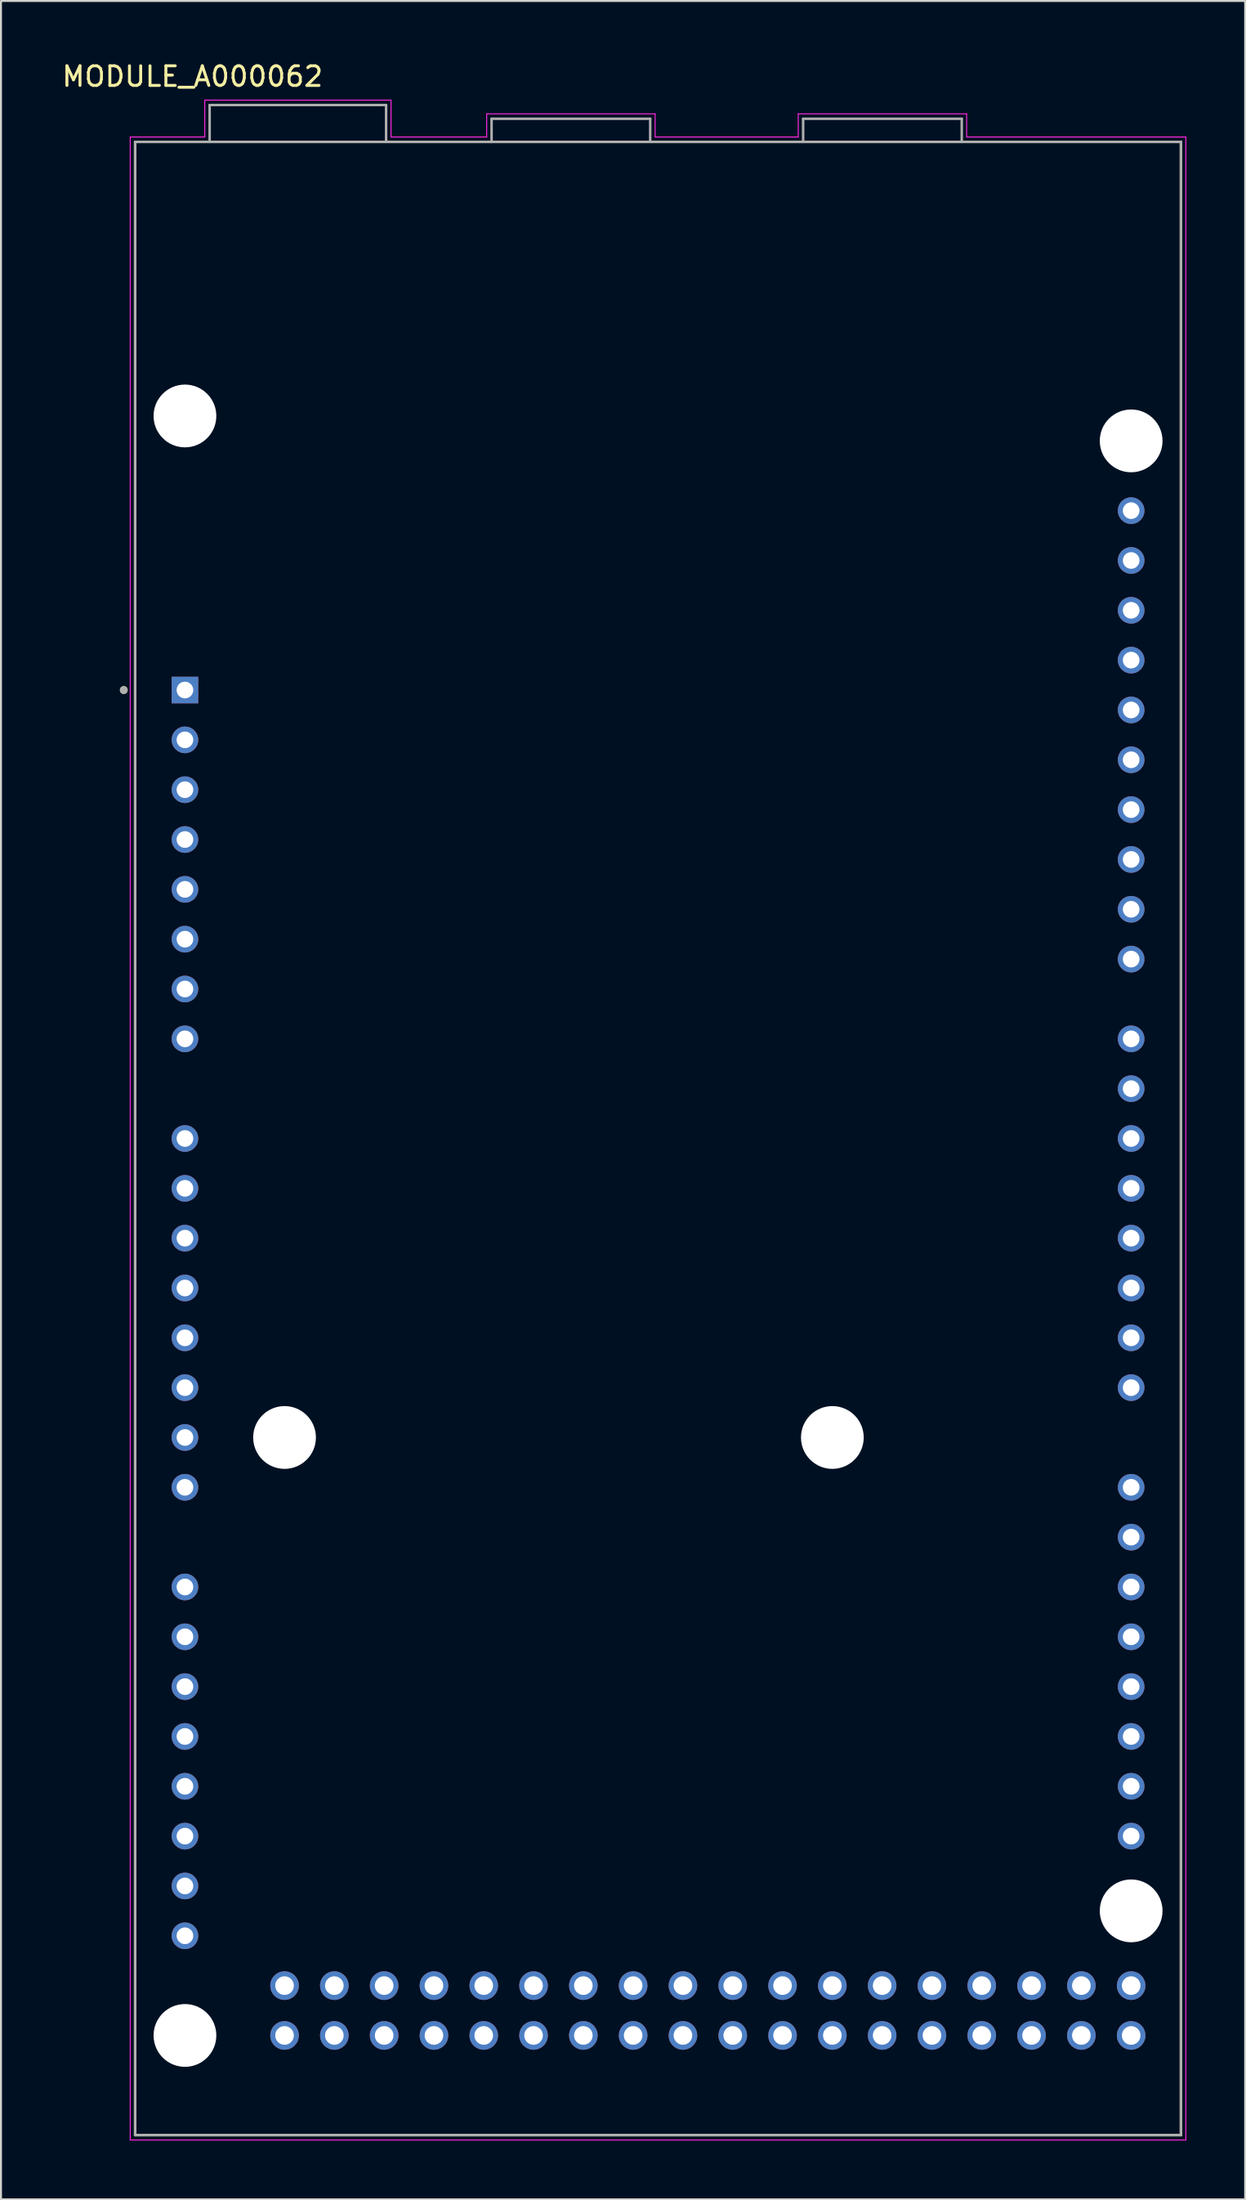
<source format=kicad_pcb>
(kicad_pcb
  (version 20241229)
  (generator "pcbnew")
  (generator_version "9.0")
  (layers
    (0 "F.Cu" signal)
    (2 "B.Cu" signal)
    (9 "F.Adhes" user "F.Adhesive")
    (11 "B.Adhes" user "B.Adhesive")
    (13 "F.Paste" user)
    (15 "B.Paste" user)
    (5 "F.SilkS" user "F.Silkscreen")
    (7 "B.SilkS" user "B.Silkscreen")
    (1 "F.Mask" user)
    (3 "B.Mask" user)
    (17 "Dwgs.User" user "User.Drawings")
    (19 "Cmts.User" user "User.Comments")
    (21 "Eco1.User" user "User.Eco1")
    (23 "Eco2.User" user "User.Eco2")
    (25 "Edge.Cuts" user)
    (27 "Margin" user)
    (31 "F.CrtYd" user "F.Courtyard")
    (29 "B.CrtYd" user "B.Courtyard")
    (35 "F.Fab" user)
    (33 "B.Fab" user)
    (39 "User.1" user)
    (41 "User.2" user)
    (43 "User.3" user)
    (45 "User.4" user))
  (footprint "MODULE_A000062"
    (layer "F.Cu")
    (at 30.513 54.983)
    (property "Reference" "MODULE_A000062" (at -23.745 -54.135 0) (layer "F.SilkS") (effects (font (size 1 1) (thickness 0.15))))
    (attr through_hole)
    (fp_line (start -26.67 -50.8) (end 26.67 -50.8) (stroke (width 0.127) (type solid)) (layer "F.SilkS"))
    (fp_line (start -26.67 50.8) (end -26.67 -50.8) (stroke (width 0.127) (type solid)) (layer "F.SilkS"))
    (fp_line (start 26.67 -50.8) (end 26.67 50.8) (stroke (width 0.127) (type solid)) (layer "F.SilkS"))
    (fp_line (start 26.67 50.8) (end -26.67 50.8) (stroke (width 0.127) (type solid)) (layer "F.SilkS"))
    (fp_circle (center -27.25 -22.86) (end -27.15 -22.86) (stroke (width 0.2) (type solid)) (fill no) (layer "F.SilkS"))
    (fp_line (start -26.92 -51.05) (end -23.12 -51.05) (stroke (width 0.05) (type solid)) (layer "F.CrtYd"))
    (fp_line (start -26.92 51.05) (end -26.92 -51.05) (stroke (width 0.05) (type solid)) (layer "F.CrtYd"))
    (fp_line (start -23.12 -52.93) (end -13.62 -52.93) (stroke (width 0.05) (type solid)) (layer "F.CrtYd"))
    (fp_line (start -23.12 -51.05) (end -23.12 -52.93) (stroke (width 0.05) (type solid)) (layer "F.CrtYd"))
    (fp_line (start -13.62 -52.93) (end -13.62 -51.05) (stroke (width 0.05) (type solid)) (layer "F.CrtYd"))
    (fp_line (start -13.62 -51.05) (end -8.74 -51.05) (stroke (width 0.05) (type solid)) (layer "F.CrtYd"))
    (fp_line (start -8.74 -52.23) (end -0.15 -52.23) (stroke (width 0.05) (type solid)) (layer "F.CrtYd"))
    (fp_line (start -8.74 -51.05) (end -8.74 -52.23) (stroke (width 0.05) (type solid)) (layer "F.CrtYd"))
    (fp_line (start -0.15 -52.23) (end -0.15 -51.05) (stroke (width 0.05) (type solid)) (layer "F.CrtYd"))
    (fp_line (start -0.15 -51.05) (end 7.15 -51.05) (stroke (width 0.05) (type solid)) (layer "F.CrtYd"))
    (fp_line (start 7.15 -52.23) (end 15.74 -52.23) (stroke (width 0.05) (type solid)) (layer "F.CrtYd"))
    (fp_line (start 7.15 -51.05) (end 7.15 -52.23) (stroke (width 0.05) (type solid)) (layer "F.CrtYd"))
    (fp_line (start 15.74 -52.23) (end 15.74 -51.05) (stroke (width 0.05) (type solid)) (layer "F.CrtYd"))
    (fp_line (start 15.74 -51.05) (end 26.92 -51.05) (stroke (width 0.05) (type solid)) (layer "F.CrtYd"))
    (fp_line (start 26.92 -51.05) (end 26.92 51.05) (stroke (width 0.05) (type solid)) (layer "F.CrtYd"))
    (fp_line (start 26.92 51.05) (end -26.92 51.05) (stroke (width 0.05) (type solid)) (layer "F.CrtYd"))
    (fp_line (start -26.67 -50.8) (end -22.87 -50.8) (stroke (width 0.127) (type solid)) (layer "F.Fab"))
    (fp_line (start -26.67 50.8) (end -26.67 -50.8) (stroke (width 0.127) (type solid)) (layer "F.Fab"))
    (fp_line (start -22.87 -52.68) (end -13.87 -52.68) (stroke (width 0.127) (type solid)) (layer "F.Fab"))
    (fp_line (start -22.87 -50.8) (end -22.87 -52.68) (stroke (width 0.127) (type solid)) (layer "F.Fab"))
    (fp_line (start -22.87 -50.8) (end -13.87 -50.8) (stroke (width 0.127) (type solid)) (layer "F.Fab"))
    (fp_line (start -13.87 -52.68) (end -13.87 -50.8) (stroke (width 0.127) (type solid)) (layer "F.Fab"))
    (fp_line (start -13.87 -50.8) (end -8.49 -50.8) (stroke (width 0.127) (type solid)) (layer "F.Fab"))
    (fp_line (start -8.49 -51.98) (end -0.4 -51.98) (stroke (width 0.127) (type solid)) (layer "F.Fab"))
    (fp_line (start -8.49 -50.8) (end -8.49 -51.98) (stroke (width 0.127) (type solid)) (layer "F.Fab"))
    (fp_line (start -8.49 -50.8) (end -0.4 -50.8) (stroke (width 0.127) (type solid)) (layer "F.Fab"))
    (fp_line (start -0.4 -51.98) (end -0.4 -50.8) (stroke (width 0.127) (type solid)) (layer "F.Fab"))
    (fp_line (start -0.4 -50.8) (end 7.4 -50.8) (stroke (width 0.127) (type solid)) (layer "F.Fab"))
    (fp_line (start 7.4 -51.98) (end 15.49 -51.98) (stroke (width 0.127) (type solid)) (layer "F.Fab"))
    (fp_line (start 7.4 -50.8) (end 7.4 -51.98) (stroke (width 0.127) (type solid)) (layer "F.Fab"))
    (fp_line (start 7.4 -50.8) (end 15.49 -50.8) (stroke (width 0.127) (type solid)) (layer "F.Fab"))
    (fp_line (start 15.49 -51.98) (end 15.49 -50.8) (stroke (width 0.127) (type solid)) (layer "F.Fab"))
    (fp_line (start 15.49 -50.8) (end 26.67 -50.8) (stroke (width 0.127) (type solid)) (layer "F.Fab"))
    (fp_line (start 26.67 -50.8) (end 26.67 50.8) (stroke (width 0.127) (type solid)) (layer "F.Fab"))
    (fp_line (start 26.67 50.8) (end -26.67 50.8) (stroke (width 0.127) (type solid)) (layer "F.Fab"))
    (fp_circle (center -27.25 -22.86) (end -27.15 -22.86) (stroke (width 0.2) (type solid)) (fill no) (layer "F.Fab"))
    (pad "" np_thru_hole circle (at -24.13 -36.83) (size 3.2 3.2) (drill 3.2) (layers "*.Cu" "*.Mask"))
    (pad "" np_thru_hole circle (at -24.13 45.72) (size 3.2 3.2) (drill 3.2) (layers "*.Cu" "*.Mask"))
    (pad "" np_thru_hole circle (at -19.05 15.24) (size 3.2 3.2) (drill 3.2) (layers "*.Cu" "*.Mask"))
    (pad "" np_thru_hole circle (at 8.89 15.24) (size 3.2 3.2) (drill 3.2) (layers "*.Cu" "*.Mask"))
    (pad "" np_thru_hole circle (at 24.13 -35.56) (size 3.2 3.2) (drill 3.2) (layers "*.Cu" "*.Mask"))
    (pad "" np_thru_hole circle (at 24.13 39.37) (size 3.2 3.2) (drill 3.2) (layers "*.Cu" "*.Mask"))
    (pad "0" thru_hole circle (at 24.13 12.7) (size 1.358 1.358) (drill 0.85) (layers "*.Cu" "*.Mask"))
    (pad "1" thru_hole circle (at 24.13 10.16) (size 1.358 1.358) (drill 0.85) (layers "*.Cu" "*.Mask"))
    (pad "2" thru_hole circle (at 24.13 7.62) (size 1.358 1.358) (drill 0.85) (layers "*.Cu" "*.Mask"))
    (pad "3" thru_hole circle (at 24.13 5.08) (size 1.358 1.358) (drill 0.85) (layers "*.Cu" "*.Mask"))
    (pad "3V3" thru_hole circle (at -24.13 -15.24) (size 1.358 1.358) (drill 0.85) (layers "*.Cu" "*.Mask"))
    (pad "4" thru_hole circle (at 24.13 2.54) (size 1.358 1.358) (drill 0.85) (layers "*.Cu" "*.Mask"))
    (pad "5" thru_hole circle (at 24.13 0) (size 1.358 1.358) (drill 0.85) (layers "*.Cu" "*.Mask"))
    (pad "5V_1" thru_hole circle (at -24.13 -12.7) (size 1.358 1.358) (drill 0.85) (layers "*.Cu" "*.Mask"))
    (pad "5V_2" thru_hole circle (at 24.13 43.18) (size 1.458 1.458) (drill 0.95) (layers "*.Cu" "*.Mask"))
    (pad "5V_3" thru_hole circle (at 24.13 45.72) (size 1.458 1.458) (drill 0.95) (layers "*.Cu" "*.Mask"))
    (pad "6" thru_hole circle (at 24.13 -2.54) (size 1.358 1.358) (drill 0.85) (layers "*.Cu" "*.Mask"))
    (pad "7" thru_hole circle (at 24.13 -5.08) (size 1.358 1.358) (drill 0.85) (layers "*.Cu" "*.Mask"))
    (pad "8" thru_hole circle (at 24.13 -9.144) (size 1.358 1.358) (drill 0.85) (layers "*.Cu" "*.Mask"))
    (pad "9" thru_hole circle (at 24.13 -11.684) (size 1.358 1.358) (drill 0.85) (layers "*.Cu" "*.Mask"))
    (pad "10" thru_hole circle (at 24.13 -14.224) (size 1.358 1.358) (drill 0.85) (layers "*.Cu" "*.Mask"))
    (pad "11" thru_hole circle (at 24.13 -16.764) (size 1.358 1.358) (drill 0.85) (layers "*.Cu" "*.Mask"))
    (pad "12" thru_hole circle (at 24.13 -19.304) (size 1.358 1.358) (drill 0.85) (layers "*.Cu" "*.Mask"))
    (pad "13" thru_hole circle (at 24.13 -21.844) (size 1.358 1.358) (drill 0.85) (layers "*.Cu" "*.Mask"))
    (pad "14" thru_hole circle (at 24.13 17.78) (size 1.358 1.358) (drill 0.85) (layers "*.Cu" "*.Mask"))
    (pad "15" thru_hole circle (at 24.13 20.32) (size 1.358 1.358) (drill 0.85) (layers "*.Cu" "*.Mask"))
    (pad "16" thru_hole circle (at 24.13 22.86) (size 1.358 1.358) (drill 0.85) (layers "*.Cu" "*.Mask"))
    (pad "17" thru_hole circle (at 24.13 25.4) (size 1.358 1.358) (drill 0.85) (layers "*.Cu" "*.Mask"))
    (pad "18" thru_hole circle (at 24.13 27.94) (size 1.358 1.358) (drill 0.85) (layers "*.Cu" "*.Mask"))
    (pad "19" thru_hole circle (at 24.13 30.48) (size 1.358 1.358) (drill 0.85) (layers "*.Cu" "*.Mask"))
    (pad "20" thru_hole circle (at 24.13 33.02) (size 1.358 1.358) (drill 0.85) (layers "*.Cu" "*.Mask"))
    (pad "21" thru_hole circle (at 24.13 35.56) (size 1.358 1.358) (drill 0.85) (layers "*.Cu" "*.Mask"))
    (pad "22" thru_hole circle (at 21.59 43.18) (size 1.458 1.458) (drill 0.95) (layers "*.Cu" "*.Mask"))
    (pad "23" thru_hole circle (at 21.59 45.72) (size 1.458 1.458) (drill 0.95) (layers "*.Cu" "*.Mask"))
    (pad "24" thru_hole circle (at 19.05 43.18) (size 1.458 1.458) (drill 0.95) (layers "*.Cu" "*.Mask"))
    (pad "25" thru_hole circle (at 19.05 45.72) (size 1.458 1.458) (drill 0.95) (layers "*.Cu" "*.Mask"))
    (pad "26" thru_hole circle (at 16.51 43.18) (size 1.458 1.458) (drill 0.95) (layers "*.Cu" "*.Mask"))
    (pad "27" thru_hole circle (at 16.51 45.72) (size 1.458 1.458) (drill 0.95) (layers "*.Cu" "*.Mask"))
    (pad "28" thru_hole circle (at 13.97 43.18) (size 1.458 1.458) (drill 0.95) (layers "*.Cu" "*.Mask"))
    (pad "29" thru_hole circle (at 13.97 45.72) (size 1.458 1.458) (drill 0.95) (layers "*.Cu" "*.Mask"))
    (pad "30" thru_hole circle (at 11.43 43.18) (size 1.458 1.458) (drill 0.95) (layers "*.Cu" "*.Mask"))
    (pad "31" thru_hole circle (at 11.43 45.72) (size 1.458 1.458) (drill 0.95) (layers "*.Cu" "*.Mask"))
    (pad "32" thru_hole circle (at 8.89 43.18) (size 1.458 1.458) (drill 0.95) (layers "*.Cu" "*.Mask"))
    (pad "33" thru_hole circle (at 8.89 45.72) (size 1.458 1.458) (drill 0.95) (layers "*.Cu" "*.Mask"))
    (pad "34" thru_hole circle (at 6.35 43.18) (size 1.458 1.458) (drill 0.95) (layers "*.Cu" "*.Mask"))
    (pad "35" thru_hole circle (at 6.35 45.72) (size 1.458 1.458) (drill 0.95) (layers "*.Cu" "*.Mask"))
    (pad "36" thru_hole circle (at 3.81 43.18) (size 1.458 1.458) (drill 0.95) (layers "*.Cu" "*.Mask"))
    (pad "37" thru_hole circle (at 3.81 45.72) (size 1.458 1.458) (drill 0.95) (layers "*.Cu" "*.Mask"))
    (pad "38" thru_hole circle (at 1.27 43.18) (size 1.458 1.458) (drill 0.95) (layers "*.Cu" "*.Mask"))
    (pad "39" thru_hole circle (at 1.27 45.72) (size 1.458 1.458) (drill 0.95) (layers "*.Cu" "*.Mask"))
    (pad "40" thru_hole circle (at -1.27 43.18) (size 1.458 1.458) (drill 0.95) (layers "*.Cu" "*.Mask"))
    (pad "41" thru_hole circle (at -1.27 45.72) (size 1.458 1.458) (drill 0.95) (layers "*.Cu" "*.Mask"))
    (pad "42" thru_hole circle (at -3.81 43.18) (size 1.458 1.458) (drill 0.95) (layers "*.Cu" "*.Mask"))
    (pad "43" thru_hole circle (at -3.81 45.72) (size 1.458 1.458) (drill 0.95) (layers "*.Cu" "*.Mask"))
    (pad "44" thru_hole circle (at -6.35 43.18) (size 1.458 1.458) (drill 0.95) (layers "*.Cu" "*.Mask"))
    (pad "45" thru_hole circle (at -6.35 45.72) (size 1.458 1.458) (drill 0.95) (layers "*.Cu" "*.Mask"))
    (pad "46" thru_hole circle (at -8.89 43.18) (size 1.458 1.458) (drill 0.95) (layers "*.Cu" "*.Mask"))
    (pad "47" thru_hole circle (at -8.89 45.72) (size 1.458 1.458) (drill 0.95) (layers "*.Cu" "*.Mask"))
    (pad "48" thru_hole circle (at -11.43 43.18) (size 1.458 1.458) (drill 0.95) (layers "*.Cu" "*.Mask"))
    (pad "49" thru_hole circle (at -11.43 45.72) (size 1.458 1.458) (drill 0.95) (layers "*.Cu" "*.Mask"))
    (pad "50" thru_hole circle (at -13.97 43.18) (size 1.458 1.458) (drill 0.95) (layers "*.Cu" "*.Mask"))
    (pad "51" thru_hole circle (at -13.97 45.72) (size 1.458 1.458) (drill 0.95) (layers "*.Cu" "*.Mask"))
    (pad "52" thru_hole circle (at -16.51 43.18) (size 1.458 1.458) (drill 0.95) (layers "*.Cu" "*.Mask"))
    (pad "53" thru_hole circle (at -16.51 45.72) (size 1.458 1.458) (drill 0.95) (layers "*.Cu" "*.Mask"))
    (pad "AD0" thru_hole circle (at -24.13 0) (size 1.358 1.358) (drill 0.85) (layers "*.Cu" "*.Mask"))
    (pad "AD1" thru_hole circle (at -24.13 2.54) (size 1.358 1.358) (drill 0.85) (layers "*.Cu" "*.Mask"))
    (pad "AD2" thru_hole circle (at -24.13 5.08) (size 1.358 1.358) (drill 0.85) (layers "*.Cu" "*.Mask"))
    (pad "AD3" thru_hole circle (at -24.13 7.62) (size 1.358 1.358) (drill 0.85) (layers "*.Cu" "*.Mask"))
    (pad "AD4" thru_hole circle (at -24.13 10.16) (size 1.358 1.358) (drill 0.85) (layers "*.Cu" "*.Mask"))
    (pad "AD5" thru_hole circle (at -24.13 12.7) (size 1.358 1.358) (drill 0.85) (layers "*.Cu" "*.Mask"))
    (pad "AD6" thru_hole circle (at -24.13 15.24) (size 1.358 1.358) (drill 0.85) (layers "*.Cu" "*.Mask"))
    (pad "AD7" thru_hole circle (at -24.13 17.78) (size 1.358 1.358) (drill 0.85) (layers "*.Cu" "*.Mask"))
    (pad "AD8" thru_hole circle (at -24.13 22.86) (size 1.358 1.358) (drill 0.85) (layers "*.Cu" "*.Mask"))
    (pad "AD9" thru_hole circle (at -24.13 25.4) (size 1.358 1.358) (drill 0.85) (layers "*.Cu" "*.Mask"))
    (pad "AD10" thru_hole circle (at -24.13 27.94) (size 1.358 1.358) (drill 0.85) (layers "*.Cu" "*.Mask"))
    (pad "AD11" thru_hole circle (at -24.13 30.48) (size 1.358 1.358) (drill 0.85) (layers "*.Cu" "*.Mask"))
    (pad "AREF" thru_hole circle (at 24.13 -26.924) (size 1.358 1.358) (drill 0.85) (layers "*.Cu" "*.Mask"))
    (pad "CANRX0" thru_hole circle (at -24.13 38.1) (size 1.358 1.358) (drill 0.85) (layers "*.Cu" "*.Mask"))
    (pad "CANTX0" thru_hole circle (at -24.13 40.64) (size 1.358 1.358) (drill 0.85) (layers "*.Cu" "*.Mask"))
    (pad "DAC0" thru_hole circle (at -24.13 33.02) (size 1.358 1.358) (drill 0.85) (layers "*.Cu" "*.Mask"))
    (pad "DAC1" thru_hole circle (at -24.13 35.56) (size 1.358 1.358) (drill 0.85) (layers "*.Cu" "*.Mask"))
    (pad "GND1" thru_hole circle (at -24.13 -10.16) (size 1.358 1.358) (drill 0.85) (layers "*.Cu" "*.Mask"))
    (pad "GND2" thru_hole circle (at -24.13 -7.62) (size 1.358 1.358) (drill 0.85) (layers "*.Cu" "*.Mask"))
    (pad "GND3" thru_hole circle (at 24.13 -24.384) (size 1.358 1.358) (drill 0.85) (layers "*.Cu" "*.Mask"))
    (pad "GND4" thru_hole circle (at -19.05 43.18) (size 1.458 1.458) (drill 0.95) (layers "*.Cu" "*.Mask"))
    (pad "GND5" thru_hole circle (at -19.05 45.72) (size 1.458 1.458) (drill 0.95) (layers "*.Cu" "*.Mask"))
    (pad "IOREF" thru_hole circle (at -24.13 -20.32) (size 1.358 1.358) (drill 0.85) (layers "*.Cu" "*.Mask"))
    (pad "NC" thru_hole rect (at -24.13 -22.86) (size 1.358 1.358) (drill 0.85) (layers "*.Cu" "*.Mask"))
    (pad "RESET" thru_hole circle (at -24.13 -17.78) (size 1.358 1.358) (drill 0.85) (layers "*.Cu" "*.Mask"))
    (pad "SCL" thru_hole circle (at 24.13 -32.004) (size 1.358 1.358) (drill 0.85) (layers "*.Cu" "*.Mask"))
    (pad "SDA" thru_hole circle (at 24.13 -29.464) (size 1.358 1.358) (drill 0.85) (layers "*.Cu" "*.Mask"))
    (pad "VIN" thru_hole circle (at -24.13 -5.08) (size 1.358 1.358) (drill 0.85) (layers "*.Cu" "*.Mask")))
  (gr_rect
    (start -3 -3)
    (end 60.458 109.058)
    (stroke (width 0.1) (type default))
    (fill no)
    (layer "Edge.Cuts")))
</source>
